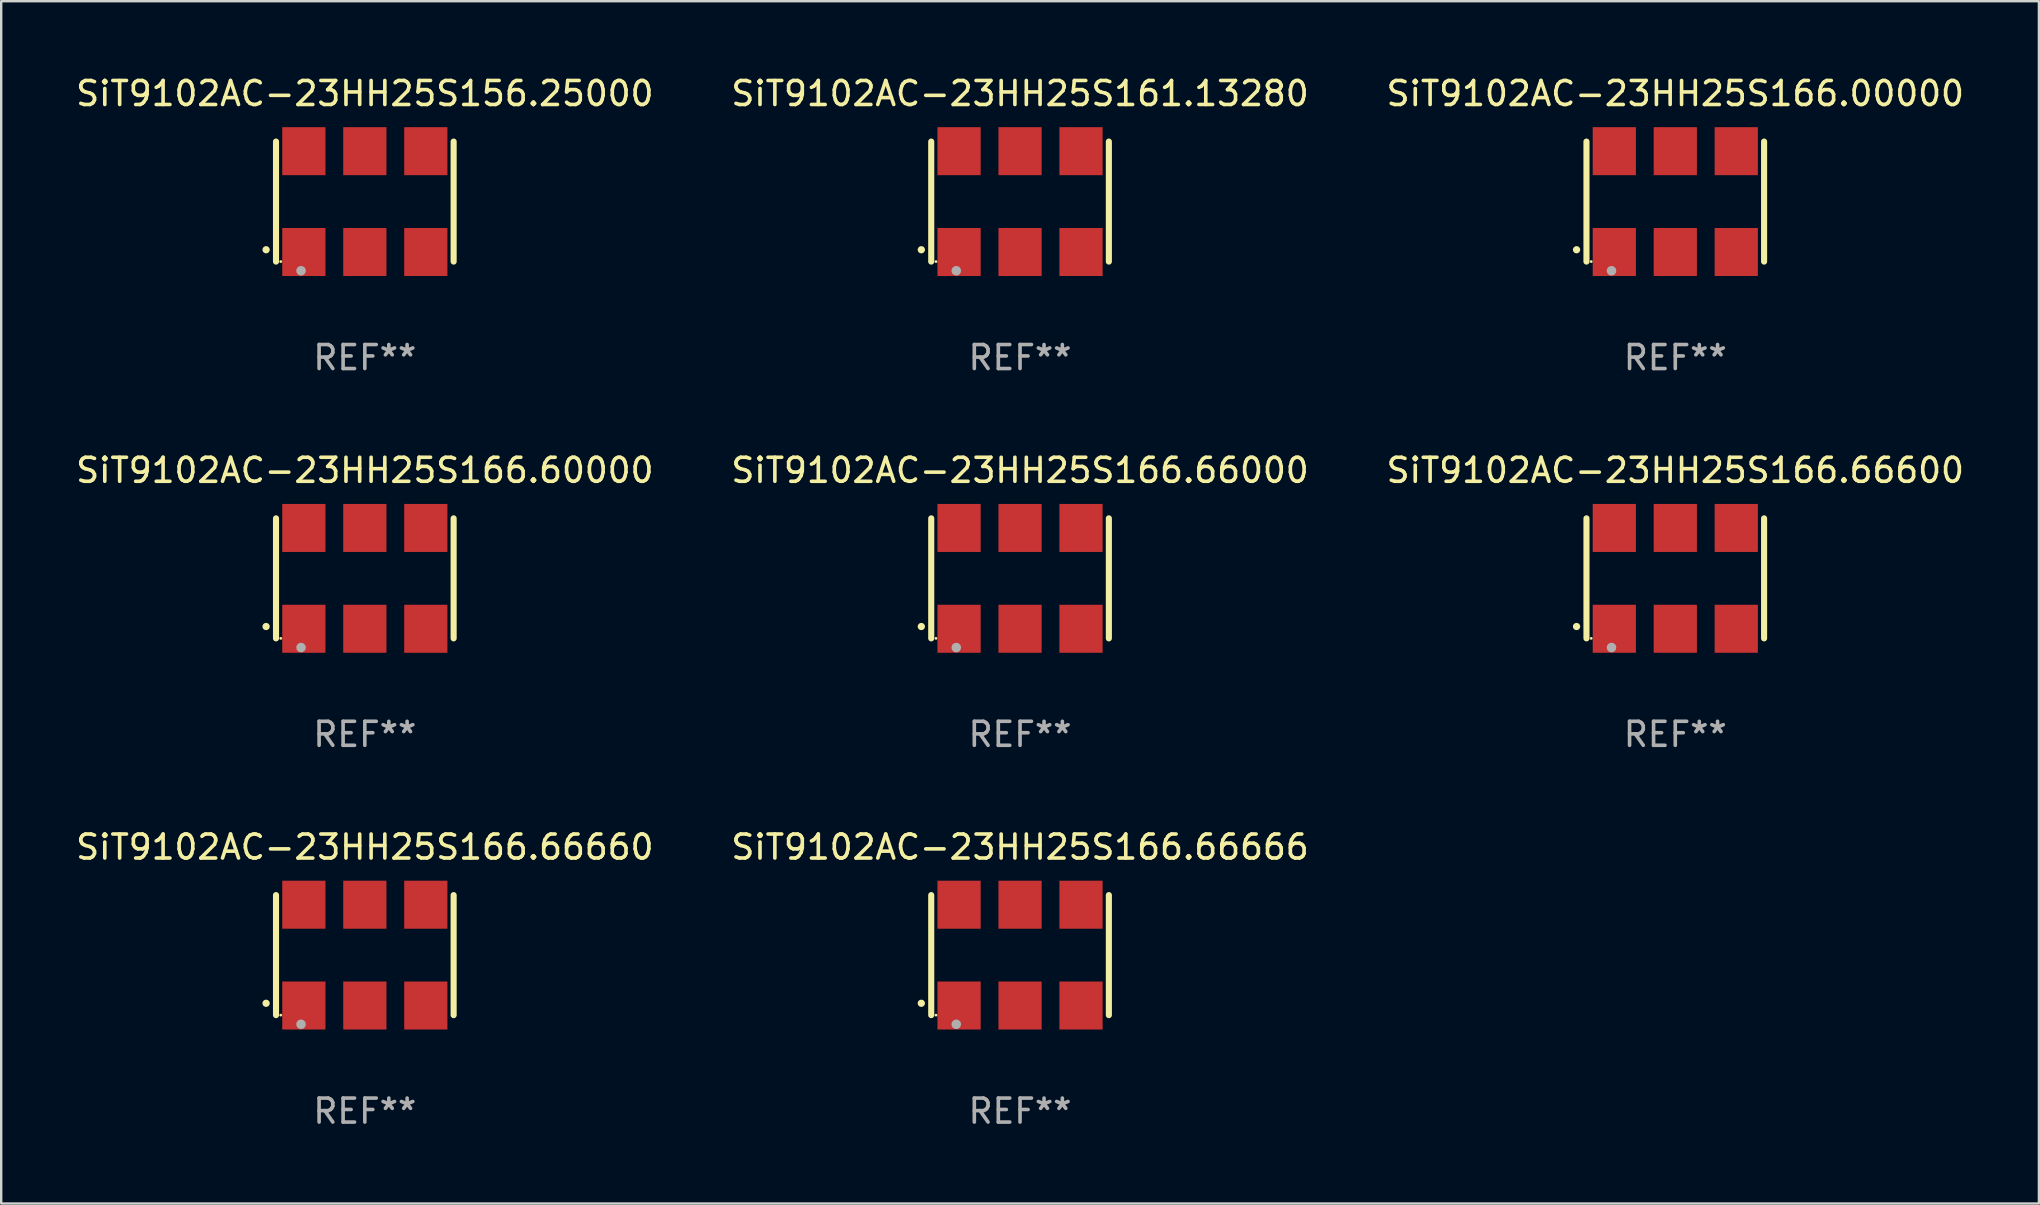
<source format=kicad_pcb>
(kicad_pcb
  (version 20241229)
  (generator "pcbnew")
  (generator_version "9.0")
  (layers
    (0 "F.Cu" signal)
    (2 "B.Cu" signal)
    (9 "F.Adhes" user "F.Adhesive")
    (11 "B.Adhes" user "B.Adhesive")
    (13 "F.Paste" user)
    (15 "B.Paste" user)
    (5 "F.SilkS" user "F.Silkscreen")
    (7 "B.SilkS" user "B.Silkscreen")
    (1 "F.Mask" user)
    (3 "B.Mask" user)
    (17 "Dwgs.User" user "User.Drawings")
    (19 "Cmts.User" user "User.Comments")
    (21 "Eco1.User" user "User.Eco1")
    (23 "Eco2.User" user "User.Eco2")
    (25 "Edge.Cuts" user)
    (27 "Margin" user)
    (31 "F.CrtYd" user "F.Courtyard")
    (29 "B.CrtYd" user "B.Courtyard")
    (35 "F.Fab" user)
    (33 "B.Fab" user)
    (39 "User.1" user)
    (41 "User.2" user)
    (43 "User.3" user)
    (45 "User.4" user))
  (footprint "SiT9102AC-23HH25S161.13280"
    (layer "F.Cu")
    (at 39.446 5.348)
    (property "Reference" "SiT9102AC-23HH25S161.13280" (at 0 -4.5 0) (layer "F.SilkS") (effects (font (size 1 1) (thickness 0.15))))
    (attr through_hole)
    (fp_line (start -3.7 -2.5) (end -3.7 2.5) (stroke (width 0.254) (type solid)) (layer "F.SilkS"))
    (fp_line (start 3.7 -2.5) (end 3.7 2.5) (stroke (width 0.254) (type solid)) (layer "F.SilkS"))
    (fp_arc (start -4.114415 2.006604) (mid -4.113145 2.006599) (end -4.111875 2.006604) (stroke (width 0.3) (type solid)) (layer "F.SilkS"))
    (fp_circle (center -3.502 2.5) (end -3.472 2.5) (stroke (width 0.06) (type solid)) (fill no) (layer "F.SilkS"))
    (fp_circle (center -2.657 2.882) (end -2.557 2.882) (stroke (width 0.2) (type solid)) (fill no) (layer "F.Fab"))
    (fp_text user "REF**" (at 0 6.5 0) (layer "F.Fab") (effects (font (size 1 1) (thickness 0.15))))
    (pad "1" smd rect (at -2.54 2.1) (size 1.8 2) (layers "F.Cu" "F.Mask" "F.Paste"))
    (pad "2" smd rect (at 0.000394 2.1) (size 1.8 2) (layers "F.Cu" "F.Mask" "F.Paste"))
    (pad "3" smd rect (at 2.54 2.1) (size 1.8 2) (layers "F.Cu" "F.Mask" "F.Paste"))
    (pad "4" smd rect (at 2.54 -2.1) (size 1.8 2) (layers "F.Cu" "F.Mask" "F.Paste"))
    (pad "5" smd rect (at 0.000394 -2.1) (size 1.8 2) (layers "F.Cu" "F.Mask" "F.Paste"))
    (pad "6" smd rect (at -2.54 -2.1) (size 1.8 2) (layers "F.Cu" "F.Mask" "F.Paste")))
  (footprint "SiT9102AC-23HH25S166.66666"
    (layer "F.Cu")
    (at 39.446 36.741)
    (property "Reference" "SiT9102AC-23HH25S166.66666" (at 0 -4.5 0) (layer "F.SilkS") (effects (font (size 1 1) (thickness 0.15))))
    (attr through_hole)
    (fp_line (start -3.7 -2.5) (end -3.7 2.5) (stroke (width 0.254) (type solid)) (layer "F.SilkS"))
    (fp_line (start 3.7 -2.5) (end 3.7 2.5) (stroke (width 0.254) (type solid)) (layer "F.SilkS"))
    (fp_arc (start -4.114415 2.006604) (mid -4.113145 2.006599) (end -4.111875 2.006604) (stroke (width 0.3) (type solid)) (layer "F.SilkS"))
    (fp_circle (center -3.502 2.5) (end -3.472 2.5) (stroke (width 0.06) (type solid)) (fill no) (layer "F.SilkS"))
    (fp_circle (center -2.657 2.882) (end -2.557 2.882) (stroke (width 0.2) (type solid)) (fill no) (layer "F.Fab"))
    (fp_text user "REF**" (at 0 6.5 0) (layer "F.Fab") (effects (font (size 1 1) (thickness 0.15))))
    (pad "1" smd rect (at -2.54 2.1) (size 1.8 2) (layers "F.Cu" "F.Mask" "F.Paste"))
    (pad "2" smd rect (at 0.000394 2.1) (size 1.8 2) (layers "F.Cu" "F.Mask" "F.Paste"))
    (pad "3" smd rect (at 2.54 2.1) (size 1.8 2) (layers "F.Cu" "F.Mask" "F.Paste"))
    (pad "4" smd rect (at 2.54 -2.1) (size 1.8 2) (layers "F.Cu" "F.Mask" "F.Paste"))
    (pad "5" smd rect (at 0.000394 -2.1) (size 1.8 2) (layers "F.Cu" "F.Mask" "F.Paste"))
    (pad "6" smd rect (at -2.54 -2.1) (size 1.8 2) (layers "F.Cu" "F.Mask" "F.Paste")))
  (footprint "SiT9102AC-23HH25S166.66660"
    (layer "F.Cu")
    (at 12.149 36.741)
    (property "Reference" "SiT9102AC-23HH25S166.66660" (at 0 -4.5 0) (layer "F.SilkS") (effects (font (size 1 1) (thickness 0.15))))
    (attr through_hole)
    (fp_line (start -3.7 -2.5) (end -3.7 2.5) (stroke (width 0.254) (type solid)) (layer "F.SilkS"))
    (fp_line (start 3.7 -2.5) (end 3.7 2.5) (stroke (width 0.254) (type solid)) (layer "F.SilkS"))
    (fp_arc (start -4.114415 2.006604) (mid -4.113145 2.006599) (end -4.111875 2.006604) (stroke (width 0.3) (type solid)) (layer "F.SilkS"))
    (fp_circle (center -3.502 2.5) (end -3.472 2.5) (stroke (width 0.06) (type solid)) (fill no) (layer "F.SilkS"))
    (fp_circle (center -2.657 2.882) (end -2.557 2.882) (stroke (width 0.2) (type solid)) (fill no) (layer "F.Fab"))
    (fp_text user "REF**" (at 0 6.5 0) (layer "F.Fab") (effects (font (size 1 1) (thickness 0.15))))
    (pad "1" smd rect (at -2.54 2.1) (size 1.8 2) (layers "F.Cu" "F.Mask" "F.Paste"))
    (pad "2" smd rect (at 0.000394 2.1) (size 1.8 2) (layers "F.Cu" "F.Mask" "F.Paste"))
    (pad "3" smd rect (at 2.54 2.1) (size 1.8 2) (layers "F.Cu" "F.Mask" "F.Paste"))
    (pad "4" smd rect (at 2.54 -2.1) (size 1.8 2) (layers "F.Cu" "F.Mask" "F.Paste"))
    (pad "5" smd rect (at 0.000394 -2.1) (size 1.8 2) (layers "F.Cu" "F.Mask" "F.Paste"))
    (pad "6" smd rect (at -2.54 -2.1) (size 1.8 2) (layers "F.Cu" "F.Mask" "F.Paste")))
  (footprint "SiT9102AC-23HH25S166.66000"
    (layer "F.Cu")
    (at 39.446 21.045)
    (property "Reference" "SiT9102AC-23HH25S166.66000" (at 0 -4.5 0) (layer "F.SilkS") (effects (font (size 1 1) (thickness 0.15))))
    (attr through_hole)
    (fp_line (start -3.7 -2.5) (end -3.7 2.5) (stroke (width 0.254) (type solid)) (layer "F.SilkS"))
    (fp_line (start 3.7 -2.5) (end 3.7 2.5) (stroke (width 0.254) (type solid)) (layer "F.SilkS"))
    (fp_arc (start -4.114415 2.006604) (mid -4.113145 2.006599) (end -4.111875 2.006604) (stroke (width 0.3) (type solid)) (layer "F.SilkS"))
    (fp_circle (center -3.502 2.5) (end -3.472 2.5) (stroke (width 0.06) (type solid)) (fill no) (layer "F.SilkS"))
    (fp_circle (center -2.657 2.882) (end -2.557 2.882) (stroke (width 0.2) (type solid)) (fill no) (layer "F.Fab"))
    (fp_text user "REF**" (at 0 6.5 0) (layer "F.Fab") (effects (font (size 1 1) (thickness 0.15))))
    (pad "1" smd rect (at -2.54 2.1) (size 1.8 2) (layers "F.Cu" "F.Mask" "F.Paste"))
    (pad "2" smd rect (at 0.000394 2.1) (size 1.8 2) (layers "F.Cu" "F.Mask" "F.Paste"))
    (pad "3" smd rect (at 2.54 2.1) (size 1.8 2) (layers "F.Cu" "F.Mask" "F.Paste"))
    (pad "4" smd rect (at 2.54 -2.1) (size 1.8 2) (layers "F.Cu" "F.Mask" "F.Paste"))
    (pad "5" smd rect (at 0.000394 -2.1) (size 1.8 2) (layers "F.Cu" "F.Mask" "F.Paste"))
    (pad "6" smd rect (at -2.54 -2.1) (size 1.8 2) (layers "F.Cu" "F.Mask" "F.Paste")))
  (footprint "SiT9102AC-23HH25S156.25000"
    (layer "F.Cu")
    (at 12.149 5.348)
    (property "Reference" "SiT9102AC-23HH25S156.25000" (at 0 -4.5 0) (layer "F.SilkS") (effects (font (size 1 1) (thickness 0.15))))
    (attr through_hole)
    (fp_line (start -3.7 -2.5) (end -3.7 2.5) (stroke (width 0.254) (type solid)) (layer "F.SilkS"))
    (fp_line (start 3.7 -2.5) (end 3.7 2.5) (stroke (width 0.254) (type solid)) (layer "F.SilkS"))
    (fp_arc (start -4.114415 2.006604) (mid -4.113145 2.006599) (end -4.111875 2.006604) (stroke (width 0.3) (type solid)) (layer "F.SilkS"))
    (fp_circle (center -3.502 2.5) (end -3.472 2.5) (stroke (width 0.06) (type solid)) (fill no) (layer "F.SilkS"))
    (fp_circle (center -2.657 2.882) (end -2.557 2.882) (stroke (width 0.2) (type solid)) (fill no) (layer "F.Fab"))
    (fp_text user "REF**" (at 0 6.5 0) (layer "F.Fab") (effects (font (size 1 1) (thickness 0.15))))
    (pad "1" smd rect (at -2.54 2.1) (size 1.8 2) (layers "F.Cu" "F.Mask" "F.Paste"))
    (pad "2" smd rect (at 0.000394 2.1) (size 1.8 2) (layers "F.Cu" "F.Mask" "F.Paste"))
    (pad "3" smd rect (at 2.54 2.1) (size 1.8 2) (layers "F.Cu" "F.Mask" "F.Paste"))
    (pad "4" smd rect (at 2.54 -2.1) (size 1.8 2) (layers "F.Cu" "F.Mask" "F.Paste"))
    (pad "5" smd rect (at 0.000394 -2.1) (size 1.8 2) (layers "F.Cu" "F.Mask" "F.Paste"))
    (pad "6" smd rect (at -2.54 -2.1) (size 1.8 2) (layers "F.Cu" "F.Mask" "F.Paste")))
  (footprint "SiT9102AC-23HH25S166.00000"
    (layer "F.Cu")
    (at 66.744 5.348)
    (property "Reference" "SiT9102AC-23HH25S166.00000" (at 0 -4.5 0) (layer "F.SilkS") (effects (font (size 1 1) (thickness 0.15))))
    (attr through_hole)
    (fp_line (start -3.7 -2.5) (end -3.7 2.5) (stroke (width 0.254) (type solid)) (layer "F.SilkS"))
    (fp_line (start 3.7 -2.5) (end 3.7 2.5) (stroke (width 0.254) (type solid)) (layer "F.SilkS"))
    (fp_arc (start -4.114415 2.006604) (mid -4.113145 2.006599) (end -4.111875 2.006604) (stroke (width 0.3) (type solid)) (layer "F.SilkS"))
    (fp_circle (center -3.502 2.5) (end -3.472 2.5) (stroke (width 0.06) (type solid)) (fill no) (layer "F.SilkS"))
    (fp_circle (center -2.657 2.882) (end -2.557 2.882) (stroke (width 0.2) (type solid)) (fill no) (layer "F.Fab"))
    (fp_text user "REF**" (at 0 6.5 0) (layer "F.Fab") (effects (font (size 1 1) (thickness 0.15))))
    (pad "1" smd rect (at -2.54 2.1) (size 1.8 2) (layers "F.Cu" "F.Mask" "F.Paste"))
    (pad "2" smd rect (at 0.000394 2.1) (size 1.8 2) (layers "F.Cu" "F.Mask" "F.Paste"))
    (pad "3" smd rect (at 2.54 2.1) (size 1.8 2) (layers "F.Cu" "F.Mask" "F.Paste"))
    (pad "4" smd rect (at 2.54 -2.1) (size 1.8 2) (layers "F.Cu" "F.Mask" "F.Paste"))
    (pad "5" smd rect (at 0.000394 -2.1) (size 1.8 2) (layers "F.Cu" "F.Mask" "F.Paste"))
    (pad "6" smd rect (at -2.54 -2.1) (size 1.8 2) (layers "F.Cu" "F.Mask" "F.Paste")))
  (footprint "SiT9102AC-23HH25S166.60000"
    (layer "F.Cu")
    (at 12.149 21.045)
    (property "Reference" "SiT9102AC-23HH25S166.60000" (at 0 -4.5 0) (layer "F.SilkS") (effects (font (size 1 1) (thickness 0.15))))
    (attr through_hole)
    (fp_line (start -3.7 -2.5) (end -3.7 2.5) (stroke (width 0.254) (type solid)) (layer "F.SilkS"))
    (fp_line (start 3.7 -2.5) (end 3.7 2.5) (stroke (width 0.254) (type solid)) (layer "F.SilkS"))
    (fp_arc (start -4.114415 2.006604) (mid -4.113145 2.006599) (end -4.111875 2.006604) (stroke (width 0.3) (type solid)) (layer "F.SilkS"))
    (fp_circle (center -3.502 2.5) (end -3.472 2.5) (stroke (width 0.06) (type solid)) (fill no) (layer "F.SilkS"))
    (fp_circle (center -2.657 2.882) (end -2.557 2.882) (stroke (width 0.2) (type solid)) (fill no) (layer "F.Fab"))
    (fp_text user "REF**" (at 0 6.5 0) (layer "F.Fab") (effects (font (size 1 1) (thickness 0.15))))
    (pad "1" smd rect (at -2.54 2.1) (size 1.8 2) (layers "F.Cu" "F.Mask" "F.Paste"))
    (pad "2" smd rect (at 0.000394 2.1) (size 1.8 2) (layers "F.Cu" "F.Mask" "F.Paste"))
    (pad "3" smd rect (at 2.54 2.1) (size 1.8 2) (layers "F.Cu" "F.Mask" "F.Paste"))
    (pad "4" smd rect (at 2.54 -2.1) (size 1.8 2) (layers "F.Cu" "F.Mask" "F.Paste"))
    (pad "5" smd rect (at 0.000394 -2.1) (size 1.8 2) (layers "F.Cu" "F.Mask" "F.Paste"))
    (pad "6" smd rect (at -2.54 -2.1) (size 1.8 2) (layers "F.Cu" "F.Mask" "F.Paste")))
  (footprint "SiT9102AC-23HH25S166.66600"
    (layer "F.Cu")
    (at 66.744 21.045)
    (property "Reference" "SiT9102AC-23HH25S166.66600" (at 0 -4.5 0) (layer "F.SilkS") (effects (font (size 1 1) (thickness 0.15))))
    (attr through_hole)
    (fp_line (start -3.7 -2.5) (end -3.7 2.5) (stroke (width 0.254) (type solid)) (layer "F.SilkS"))
    (fp_line (start 3.7 -2.5) (end 3.7 2.5) (stroke (width 0.254) (type solid)) (layer "F.SilkS"))
    (fp_arc (start -4.114415 2.006604) (mid -4.113145 2.006599) (end -4.111875 2.006604) (stroke (width 0.3) (type solid)) (layer "F.SilkS"))
    (fp_circle (center -3.502 2.5) (end -3.472 2.5) (stroke (width 0.06) (type solid)) (fill no) (layer "F.SilkS"))
    (fp_circle (center -2.657 2.882) (end -2.557 2.882) (stroke (width 0.2) (type solid)) (fill no) (layer "F.Fab"))
    (fp_text user "REF**" (at 0 6.5 0) (layer "F.Fab") (effects (font (size 1 1) (thickness 0.15))))
    (pad "1" smd rect (at -2.54 2.1) (size 1.8 2) (layers "F.Cu" "F.Mask" "F.Paste"))
    (pad "2" smd rect (at 0.000394 2.1) (size 1.8 2) (layers "F.Cu" "F.Mask" "F.Paste"))
    (pad "3" smd rect (at 2.54 2.1) (size 1.8 2) (layers "F.Cu" "F.Mask" "F.Paste"))
    (pad "4" smd rect (at 2.54 -2.1) (size 1.8 2) (layers "F.Cu" "F.Mask" "F.Paste"))
    (pad "5" smd rect (at 0.000394 -2.1) (size 1.8 2) (layers "F.Cu" "F.Mask" "F.Paste"))
    (pad "6" smd rect (at -2.54 -2.1) (size 1.8 2) (layers "F.Cu" "F.Mask" "F.Paste")))
  (gr_rect
    (start -3 -3)
    (end 81.893 47.09)
    (stroke (width 0.1) (type default))
    (fill no)
    (layer "Edge.Cuts")))
</source>
